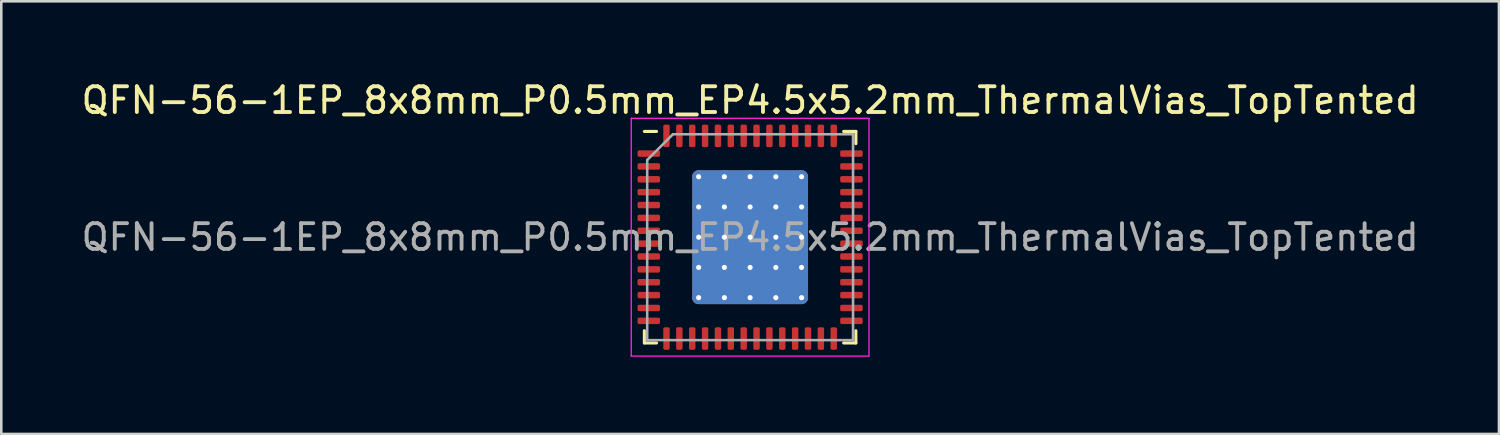
<source format=kicad_pcb>
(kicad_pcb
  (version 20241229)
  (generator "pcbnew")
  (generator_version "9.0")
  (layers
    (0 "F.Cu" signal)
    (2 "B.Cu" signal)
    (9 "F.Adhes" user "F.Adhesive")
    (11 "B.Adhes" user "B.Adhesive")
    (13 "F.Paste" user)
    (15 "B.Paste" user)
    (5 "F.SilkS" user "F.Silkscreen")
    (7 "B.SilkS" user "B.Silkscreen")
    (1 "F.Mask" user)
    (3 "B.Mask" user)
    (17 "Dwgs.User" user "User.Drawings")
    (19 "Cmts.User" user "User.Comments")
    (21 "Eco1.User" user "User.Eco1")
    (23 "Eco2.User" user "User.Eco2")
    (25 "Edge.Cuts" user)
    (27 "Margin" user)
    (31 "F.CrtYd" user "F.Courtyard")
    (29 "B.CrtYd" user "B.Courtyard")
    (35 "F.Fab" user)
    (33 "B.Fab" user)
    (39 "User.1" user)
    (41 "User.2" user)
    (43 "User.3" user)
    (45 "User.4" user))
  (footprint "QFN-56-1EP_8x8mm_P0.5mm_EP4.5x5.2mm_ThermalVias_TopTented"
    (layer "F.Cu")
    (at 26.101 6.168)
    (property "Reference" "QFN-56-1EP_8x8mm_P0.5mm_EP4.5x5.2mm_ThermalVias_TopTented" (at 0 -5.32 0) (layer "F.SilkS") (effects (font (size 1 1) (thickness 0.15))))
    (attr smd)
    (fp_line (start -4.11 4.11) (end -4.11 3.635) (stroke (width 0.12) (type solid)) (layer "F.SilkS"))
    (fp_line (start -3.635 -4.11) (end -4.11 -4.11) (stroke (width 0.12) (type solid)) (layer "F.SilkS"))
    (fp_line (start -3.635 4.11) (end -4.11 4.11) (stroke (width 0.12) (type solid)) (layer "F.SilkS"))
    (fp_line (start 3.635 -4.11) (end 4.11 -4.11) (stroke (width 0.12) (type solid)) (layer "F.SilkS"))
    (fp_line (start 3.635 4.11) (end 4.11 4.11) (stroke (width 0.12) (type solid)) (layer "F.SilkS"))
    (fp_line (start 4.11 -4.11) (end 4.11 -3.635) (stroke (width 0.12) (type solid)) (layer "F.SilkS"))
    (fp_line (start 4.11 4.11) (end 4.11 3.635) (stroke (width 0.12) (type solid)) (layer "F.SilkS"))
    (fp_line (start -4.62 -4.62) (end -4.62 4.62) (stroke (width 0.05) (type solid)) (layer "F.CrtYd"))
    (fp_line (start -4.62 4.62) (end 4.62 4.62) (stroke (width 0.05) (type solid)) (layer "F.CrtYd"))
    (fp_line (start 4.62 -4.62) (end -4.62 -4.62) (stroke (width 0.05) (type solid)) (layer "F.CrtYd"))
    (fp_line (start 4.62 4.62) (end 4.62 -4.62) (stroke (width 0.05) (type solid)) (layer "F.CrtYd"))
    (fp_line (start -4 -3) (end -3 -4) (stroke (width 0.1) (type solid)) (layer "F.Fab"))
    (fp_line (start -4 4) (end -4 -3) (stroke (width 0.1) (type solid)) (layer "F.Fab"))
    (fp_line (start -3 -4) (end 4 -4) (stroke (width 0.1) (type solid)) (layer "F.Fab"))
    (fp_line (start 4 -4) (end 4 4) (stroke (width 0.1) (type solid)) (layer "F.Fab"))
    (fp_line (start 4 4) (end -4 4) (stroke (width 0.1) (type solid)) (layer "F.Fab"))
    (fp_text user "${REFERENCE}" (at 0 0 0) (layer "F.Fab") (effects (font (size 1 1) (thickness 0.15))))
    (pad "" smd custom (at -1.5 -1.762) (size 0.776 0.776) (layers "F.Mask") (options (anchor circle)) (primitives (gr_poly (pts (xy 0.3 -0.502) (xy -0.3 -0.502) (xy -0.3 -0.838) (xy 0.3 -0.838)) (width 0) (fill yes)) (gr_poly (pts (xy 0.3 0.588) (xy -0.3 0.588) (xy -0.3 0.502) (xy 0.3 0.502)) (width 0) (fill yes)) (gr_poly (pts (xy 0.435 -0.367) (xy 0.435 0.367) (xy 0.3 0.502) (xy -0.3 0.502) (xy -0.435 0.367) (xy -0.435 -0.367) (xy -0.3 -0.502) (xy 0.3 -0.502)) (width 0) (fill yes)) (gr_poly (pts (xy -0.435 0.367) (xy -0.75 0.367) (xy -0.75 -0.367) (xy -0.435 -0.367)) (width 0) (fill yes)) (gr_poly (pts (xy 0.5 0.367) (xy 0.435 0.367) (xy 0.435 -0.367) (xy 0.5 -0.367)) (width 0) (fill yes))))
    (pad "" smd custom (at -1.5 -1.762) (size 0.776 0.776) (layers "F.Paste") (options (anchor circle)) (primitives (gr_poly (pts (xy 0.435 -0.357) (xy 0.435 0.357) (xy 0.29 0.502) (xy -0.29 0.502) (xy -0.435 0.357) (xy -0.435 -0.357) (xy -0.29 -0.502) (xy 0.29 -0.502)) (width 0) (fill yes))))
    (pad "" smd custom (at -1.5 -0.588) (size 0.776 0.776) (layers "F.Mask") (options (anchor circle)) (primitives (gr_poly (pts (xy -0.435 0.367) (xy -0.75 0.367) (xy -0.75 -0.367) (xy -0.435 -0.367)) (width 0) (fill yes)) (gr_poly (pts (xy 0.3 -0.502) (xy -0.3 -0.502) (xy -0.3 -0.588) (xy 0.3 -0.588)) (width 0) (fill yes)) (gr_poly (pts (xy 0.435 -0.367) (xy 0.435 0.367) (xy 0.3 0.502) (xy -0.3 0.502) (xy -0.435 0.367) (xy -0.435 -0.367) (xy -0.3 -0.502) (xy 0.3 -0.502)) (width 0) (fill yes)) (gr_poly (pts (xy 0.3 0.588) (xy -0.3 0.588) (xy -0.3 0.502) (xy 0.3 0.502)) (width 0) (fill yes)) (gr_poly (pts (xy 0.5 0.367) (xy 0.435 0.367) (xy 0.435 -0.367) (xy 0.5 -0.367)) (width 0) (fill yes))))
    (pad "" smd custom (at -1.5 -0.588) (size 0.776 0.776) (layers "F.Paste") (options (anchor circle)) (primitives (gr_poly (pts (xy 0.435 -0.357) (xy 0.435 0.357) (xy 0.29 0.502) (xy -0.29 0.502) (xy -0.435 0.357) (xy -0.435 -0.357) (xy -0.29 -0.502) (xy 0.29 -0.502)) (width 0) (fill yes))))
    (pad "" smd custom (at -1.5 0.588) (size 0.776 0.776) (layers "F.Mask") (options (anchor circle)) (primitives (gr_poly (pts (xy -0.435 0.367) (xy -0.75 0.367) (xy -0.75 -0.367) (xy -0.435 -0.367)) (width 0) (fill yes)) (gr_poly (pts (xy 0.3 -0.502) (xy -0.3 -0.502) (xy -0.3 -0.588) (xy 0.3 -0.588)) (width 0) (fill yes)) (gr_poly (pts (xy 0.435 -0.367) (xy 0.435 0.367) (xy 0.3 0.502) (xy -0.3 0.502) (xy -0.435 0.367) (xy -0.435 -0.367) (xy -0.3 -0.502) (xy 0.3 -0.502)) (width 0) (fill yes)) (gr_poly (pts (xy 0.3 0.588) (xy -0.3 0.588) (xy -0.3 0.502) (xy 0.3 0.502)) (width 0) (fill yes)) (gr_poly (pts (xy 0.5 0.367) (xy 0.435 0.367) (xy 0.435 -0.367) (xy 0.5 -0.367)) (width 0) (fill yes))))
    (pad "" smd custom (at -1.5 0.588) (size 0.776 0.776) (layers "F.Paste") (options (anchor circle)) (primitives (gr_poly (pts (xy 0.435 -0.357) (xy 0.435 0.357) (xy 0.29 0.502) (xy -0.29 0.502) (xy -0.435 0.357) (xy -0.435 -0.357) (xy -0.29 -0.502) (xy 0.29 -0.502)) (width 0) (fill yes))))
    (pad "" smd custom (at -1.5 1.762) (size 0.776 0.776) (layers "F.Mask") (options (anchor circle)) (primitives (gr_poly (pts (xy 0.3 0.838) (xy -0.3 0.838) (xy -0.3 0.502) (xy 0.3 0.502)) (width 0) (fill yes)) (gr_poly (pts (xy 0.5 0.367) (xy 0.435 0.367) (xy 0.435 -0.367) (xy 0.5 -0.367)) (width 0) (fill yes)) (gr_poly (pts (xy -0.435 0.367) (xy -0.75 0.367) (xy -0.75 -0.367) (xy -0.435 -0.367)) (width 0) (fill yes)) (gr_poly (pts (xy 0.435 -0.367) (xy 0.435 0.367) (xy 0.3 0.502) (xy -0.3 0.502) (xy -0.435 0.367) (xy -0.435 -0.367) (xy -0.3 -0.502) (xy 0.3 -0.502)) (width 0) (fill yes)) (gr_poly (pts (xy 0.3 -0.502) (xy -0.3 -0.502) (xy -0.3 -0.588) (xy 0.3 -0.588)) (width 0) (fill yes))))
    (pad "" smd custom (at -1.5 1.762) (size 0.776 0.776) (layers "F.Paste") (options (anchor circle)) (primitives (gr_poly (pts (xy 0.435 -0.357) (xy 0.435 0.357) (xy 0.29 0.502) (xy -0.29 0.502) (xy -0.435 0.357) (xy -0.435 -0.357) (xy -0.29 -0.502) (xy 0.29 -0.502)) (width 0) (fill yes))))
    (pad "" smd custom (at -0.5 -1.762) (size 0.776 0.776) (layers "F.Mask") (options (anchor circle)) (primitives (gr_poly (pts (xy 0.5 0.367) (xy 0.435 0.367) (xy 0.435 -0.367) (xy 0.5 -0.367)) (width 0) (fill yes)) (gr_poly (pts (xy 0.435 -0.367) (xy 0.435 0.367) (xy 0.3 0.502) (xy -0.3 0.502) (xy -0.435 0.367) (xy -0.435 -0.367) (xy -0.3 -0.502) (xy 0.3 -0.502)) (width 0) (fill yes)) (gr_poly (pts (xy -0.435 0.367) (xy -0.5 0.367) (xy -0.5 -0.367) (xy -0.435 -0.367)) (width 0) (fill yes)) (gr_poly (pts (xy 0.3 0.588) (xy -0.3 0.588) (xy -0.3 0.502) (xy 0.3 0.502)) (width 0) (fill yes)) (gr_poly (pts (xy 0.3 -0.502) (xy -0.3 -0.502) (xy -0.3 -0.838) (xy 0.3 -0.838)) (width 0) (fill yes))))
    (pad "" smd custom (at -0.5 -1.762) (size 0.776 0.776) (layers "F.Paste") (options (anchor circle)) (primitives (gr_poly (pts (xy 0.435 -0.357) (xy 0.435 0.357) (xy 0.29 0.502) (xy -0.29 0.502) (xy -0.435 0.357) (xy -0.435 -0.357) (xy -0.29 -0.502) (xy 0.29 -0.502)) (width 0) (fill yes))))
    (pad "" smd custom (at -0.5 -0.588) (size 0.776 0.776) (layers "F.Mask") (options (anchor circle)) (primitives (gr_poly (pts (xy 0.3 -0.502) (xy -0.3 -0.502) (xy -0.3 -0.588) (xy 0.3 -0.588)) (width 0) (fill yes)) (gr_poly (pts (xy 0.435 -0.367) (xy 0.435 0.367) (xy 0.3 0.502) (xy -0.3 0.502) (xy -0.435 0.367) (xy -0.435 -0.367) (xy -0.3 -0.502) (xy 0.3 -0.502)) (width 0) (fill yes)) (gr_poly (pts (xy 0.3 0.588) (xy -0.3 0.588) (xy -0.3 0.502) (xy 0.3 0.502)) (width 0) (fill yes)) (gr_poly (pts (xy -0.435 0.367) (xy -0.5 0.367) (xy -0.5 -0.367) (xy -0.435 -0.367)) (width 0) (fill yes)) (gr_poly (pts (xy 0.5 0.367) (xy 0.435 0.367) (xy 0.435 -0.367) (xy 0.5 -0.367)) (width 0) (fill yes))))
    (pad "" smd custom (at -0.5 -0.588) (size 0.776 0.776) (layers "F.Paste") (options (anchor circle)) (primitives (gr_poly (pts (xy 0.435 -0.357) (xy 0.435 0.357) (xy 0.29 0.502) (xy -0.29 0.502) (xy -0.435 0.357) (xy -0.435 -0.357) (xy -0.29 -0.502) (xy 0.29 -0.502)) (width 0) (fill yes))))
    (pad "" smd custom (at -0.5 0.588) (size 0.776 0.776) (layers "F.Mask") (options (anchor circle)) (primitives (gr_poly (pts (xy 0.3 -0.502) (xy -0.3 -0.502) (xy -0.3 -0.588) (xy 0.3 -0.588)) (width 0) (fill yes)) (gr_poly (pts (xy 0.435 -0.367) (xy 0.435 0.367) (xy 0.3 0.502) (xy -0.3 0.502) (xy -0.435 0.367) (xy -0.435 -0.367) (xy -0.3 -0.502) (xy 0.3 -0.502)) (width 0) (fill yes)) (gr_poly (pts (xy 0.3 0.588) (xy -0.3 0.588) (xy -0.3 0.502) (xy 0.3 0.502)) (width 0) (fill yes)) (gr_poly (pts (xy -0.435 0.367) (xy -0.5 0.367) (xy -0.5 -0.367) (xy -0.435 -0.367)) (width 0) (fill yes)) (gr_poly (pts (xy 0.5 0.367) (xy 0.435 0.367) (xy 0.435 -0.367) (xy 0.5 -0.367)) (width 0) (fill yes))))
    (pad "" smd custom (at -0.5 0.588) (size 0.776 0.776) (layers "F.Paste") (options (anchor circle)) (primitives (gr_poly (pts (xy 0.435 -0.357) (xy 0.435 0.357) (xy 0.29 0.502) (xy -0.29 0.502) (xy -0.435 0.357) (xy -0.435 -0.357) (xy -0.29 -0.502) (xy 0.29 -0.502)) (width 0) (fill yes))))
    (pad "" smd custom (at -0.5 1.762) (size 0.776 0.776) (layers "F.Mask") (options (anchor circle)) (primitives (gr_poly (pts (xy 0.3 -0.502) (xy -0.3 -0.502) (xy -0.3 -0.588) (xy 0.3 -0.588)) (width 0) (fill yes)) (gr_poly (pts (xy 0.3 0.838) (xy -0.3 0.838) (xy -0.3 0.502) (xy 0.3 0.502)) (width 0) (fill yes)) (gr_poly (pts (xy 0.435 -0.367) (xy 0.435 0.367) (xy 0.3 0.502) (xy -0.3 0.502) (xy -0.435 0.367) (xy -0.435 -0.367) (xy -0.3 -0.502) (xy 0.3 -0.502)) (width 0) (fill yes)) (gr_poly (pts (xy 0.5 0.367) (xy 0.435 0.367) (xy 0.435 -0.367) (xy 0.5 -0.367)) (width 0) (fill yes)) (gr_poly (pts (xy -0.435 0.367) (xy -0.5 0.367) (xy -0.5 -0.367) (xy -0.435 -0.367)) (width 0) (fill yes))))
    (pad "" smd custom (at -0.5 1.762) (size 0.776 0.776) (layers "F.Paste") (options (anchor circle)) (primitives (gr_poly (pts (xy 0.435 -0.357) (xy 0.435 0.357) (xy 0.29 0.502) (xy -0.29 0.502) (xy -0.435 0.357) (xy -0.435 -0.357) (xy -0.29 -0.502) (xy 0.29 -0.502)) (width 0) (fill yes))))
    (pad "" smd custom (at 0.5 -1.762) (size 0.776 0.776) (layers "F.Mask") (options (anchor circle)) (primitives (gr_poly (pts (xy 0.5 0.367) (xy 0.435 0.367) (xy 0.435 -0.367) (xy 0.5 -0.367)) (width 0) (fill yes)) (gr_poly (pts (xy 0.435 -0.367) (xy 0.435 0.367) (xy 0.3 0.502) (xy -0.3 0.502) (xy -0.435 0.367) (xy -0.435 -0.367) (xy -0.3 -0.502) (xy 0.3 -0.502)) (width 0) (fill yes)) (gr_poly (pts (xy -0.435 0.367) (xy -0.5 0.367) (xy -0.5 -0.367) (xy -0.435 -0.367)) (width 0) (fill yes)) (gr_poly (pts (xy 0.3 0.588) (xy -0.3 0.588) (xy -0.3 0.502) (xy 0.3 0.502)) (width 0) (fill yes)) (gr_poly (pts (xy 0.3 -0.502) (xy -0.3 -0.502) (xy -0.3 -0.838) (xy 0.3 -0.838)) (width 0) (fill yes))))
    (pad "" smd custom (at 0.5 -1.762) (size 0.776 0.776) (layers "F.Paste") (options (anchor circle)) (primitives (gr_poly (pts (xy 0.435 -0.357) (xy 0.435 0.357) (xy 0.29 0.502) (xy -0.29 0.502) (xy -0.435 0.357) (xy -0.435 -0.357) (xy -0.29 -0.502) (xy 0.29 -0.502)) (width 0) (fill yes))))
    (pad "" smd custom (at 0.5 -0.588) (size 0.776 0.776) (layers "F.Mask") (options (anchor circle)) (primitives (gr_poly (pts (xy 0.3 -0.502) (xy -0.3 -0.502) (xy -0.3 -0.588) (xy 0.3 -0.588)) (width 0) (fill yes)) (gr_poly (pts (xy 0.435 -0.367) (xy 0.435 0.367) (xy 0.3 0.502) (xy -0.3 0.502) (xy -0.435 0.367) (xy -0.435 -0.367) (xy -0.3 -0.502) (xy 0.3 -0.502)) (width 0) (fill yes)) (gr_poly (pts (xy 0.3 0.588) (xy -0.3 0.588) (xy -0.3 0.502) (xy 0.3 0.502)) (width 0) (fill yes)) (gr_poly (pts (xy -0.435 0.367) (xy -0.5 0.367) (xy -0.5 -0.367) (xy -0.435 -0.367)) (width 0) (fill yes)) (gr_poly (pts (xy 0.5 0.367) (xy 0.435 0.367) (xy 0.435 -0.367) (xy 0.5 -0.367)) (width 0) (fill yes))))
    (pad "" smd custom (at 0.5 -0.588) (size 0.776 0.776) (layers "F.Paste") (options (anchor circle)) (primitives (gr_poly (pts (xy 0.435 -0.357) (xy 0.435 0.357) (xy 0.29 0.502) (xy -0.29 0.502) (xy -0.435 0.357) (xy -0.435 -0.357) (xy -0.29 -0.502) (xy 0.29 -0.502)) (width 0) (fill yes))))
    (pad "" smd custom (at 0.5 0.588) (size 0.776 0.776) (layers "F.Mask") (options (anchor circle)) (primitives (gr_poly (pts (xy 0.3 -0.502) (xy -0.3 -0.502) (xy -0.3 -0.588) (xy 0.3 -0.588)) (width 0) (fill yes)) (gr_poly (pts (xy 0.435 -0.367) (xy 0.435 0.367) (xy 0.3 0.502) (xy -0.3 0.502) (xy -0.435 0.367) (xy -0.435 -0.367) (xy -0.3 -0.502) (xy 0.3 -0.502)) (width 0) (fill yes)) (gr_poly (pts (xy 0.3 0.588) (xy -0.3 0.588) (xy -0.3 0.502) (xy 0.3 0.502)) (width 0) (fill yes)) (gr_poly (pts (xy -0.435 0.367) (xy -0.5 0.367) (xy -0.5 -0.367) (xy -0.435 -0.367)) (width 0) (fill yes)) (gr_poly (pts (xy 0.5 0.367) (xy 0.435 0.367) (xy 0.435 -0.367) (xy 0.5 -0.367)) (width 0) (fill yes))))
    (pad "" smd custom (at 0.5 0.588) (size 0.776 0.776) (layers "F.Paste") (options (anchor circle)) (primitives (gr_poly (pts (xy 0.435 -0.357) (xy 0.435 0.357) (xy 0.29 0.502) (xy -0.29 0.502) (xy -0.435 0.357) (xy -0.435 -0.357) (xy -0.29 -0.502) (xy 0.29 -0.502)) (width 0) (fill yes))))
    (pad "" smd custom (at 0.5 1.762) (size 0.776 0.776) (layers "F.Mask") (options (anchor circle)) (primitives (gr_poly (pts (xy 0.3 -0.502) (xy -0.3 -0.502) (xy -0.3 -0.588) (xy 0.3 -0.588)) (width 0) (fill yes)) (gr_poly (pts (xy 0.3 0.838) (xy -0.3 0.838) (xy -0.3 0.502) (xy 0.3 0.502)) (width 0) (fill yes)) (gr_poly (pts (xy 0.435 -0.367) (xy 0.435 0.367) (xy 0.3 0.502) (xy -0.3 0.502) (xy -0.435 0.367) (xy -0.435 -0.367) (xy -0.3 -0.502) (xy 0.3 -0.502)) (width 0) (fill yes)) (gr_poly (pts (xy 0.5 0.367) (xy 0.435 0.367) (xy 0.435 -0.367) (xy 0.5 -0.367)) (width 0) (fill yes)) (gr_poly (pts (xy -0.435 0.367) (xy -0.5 0.367) (xy -0.5 -0.367) (xy -0.435 -0.367)) (width 0) (fill yes))))
    (pad "" smd custom (at 0.5 1.762) (size 0.776 0.776) (layers "F.Paste") (options (anchor circle)) (primitives (gr_poly (pts (xy 0.435 -0.357) (xy 0.435 0.357) (xy 0.29 0.502) (xy -0.29 0.502) (xy -0.435 0.357) (xy -0.435 -0.357) (xy -0.29 -0.502) (xy 0.29 -0.502)) (width 0) (fill yes))))
    (pad "" smd custom (at 1.5 -1.762) (size 0.776 0.776) (layers "F.Mask") (options (anchor circle)) (primitives (gr_poly (pts (xy -0.435 0.367) (xy -0.5 0.367) (xy -0.5 -0.367) (xy -0.435 -0.367)) (width 0) (fill yes)) (gr_poly (pts (xy 0.75 0.367) (xy 0.435 0.367) (xy 0.435 -0.367) (xy 0.75 -0.367)) (width 0) (fill yes)) (gr_poly (pts (xy 0.435 -0.367) (xy 0.435 0.367) (xy 0.3 0.502) (xy -0.3 0.502) (xy -0.435 0.367) (xy -0.435 -0.367) (xy -0.3 -0.502) (xy 0.3 -0.502)) (width 0) (fill yes)) (gr_poly (pts (xy 0.3 0.588) (xy -0.3 0.588) (xy -0.3 0.502) (xy 0.3 0.502)) (width 0) (fill yes)) (gr_poly (pts (xy 0.3 -0.502) (xy -0.3 -0.502) (xy -0.3 -0.838) (xy 0.3 -0.838)) (width 0) (fill yes))))
    (pad "" smd custom (at 1.5 -1.762) (size 0.776 0.776) (layers "F.Paste") (options (anchor circle)) (primitives (gr_poly (pts (xy 0.435 -0.357) (xy 0.435 0.357) (xy 0.29 0.502) (xy -0.29 0.502) (xy -0.435 0.357) (xy -0.435 -0.357) (xy -0.29 -0.502) (xy 0.29 -0.502)) (width 0) (fill yes))))
    (pad "" smd custom (at 1.5 -0.588) (size 0.776 0.776) (layers "F.Mask") (options (anchor circle)) (primitives (gr_poly (pts (xy 0.75 0.367) (xy 0.435 0.367) (xy 0.435 -0.367) (xy 0.75 -0.367)) (width 0) (fill yes)) (gr_poly (pts (xy -0.435 0.367) (xy -0.5 0.367) (xy -0.5 -0.367) (xy -0.435 -0.367)) (width 0) (fill yes)) (gr_poly (pts (xy 0.435 -0.367) (xy 0.435 0.367) (xy 0.3 0.502) (xy -0.3 0.502) (xy -0.435 0.367) (xy -0.435 -0.367) (xy -0.3 -0.502) (xy 0.3 -0.502)) (width 0) (fill yes)) (gr_poly (pts (xy 0.3 0.588) (xy -0.3 0.588) (xy -0.3 0.502) (xy 0.3 0.502)) (width 0) (fill yes)) (gr_poly (pts (xy 0.3 -0.502) (xy -0.3 -0.502) (xy -0.3 -0.588) (xy 0.3 -0.588)) (width 0) (fill yes))))
    (pad "" smd custom (at 1.5 -0.588) (size 0.776 0.776) (layers "F.Paste") (options (anchor circle)) (primitives (gr_poly (pts (xy 0.435 -0.357) (xy 0.435 0.357) (xy 0.29 0.502) (xy -0.29 0.502) (xy -0.435 0.357) (xy -0.435 -0.357) (xy -0.29 -0.502) (xy 0.29 -0.502)) (width 0) (fill yes))))
    (pad "" smd custom (at 1.5 0.588) (size 0.776 0.776) (layers "F.Mask") (options (anchor circle)) (primitives (gr_poly (pts (xy 0.75 0.367) (xy 0.435 0.367) (xy 0.435 -0.367) (xy 0.75 -0.367)) (width 0) (fill yes)) (gr_poly (pts (xy -0.435 0.367) (xy -0.5 0.367) (xy -0.5 -0.367) (xy -0.435 -0.367)) (width 0) (fill yes)) (gr_poly (pts (xy 0.435 -0.367) (xy 0.435 0.367) (xy 0.3 0.502) (xy -0.3 0.502) (xy -0.435 0.367) (xy -0.435 -0.367) (xy -0.3 -0.502) (xy 0.3 -0.502)) (width 0) (fill yes)) (gr_poly (pts (xy 0.3 0.588) (xy -0.3 0.588) (xy -0.3 0.502) (xy 0.3 0.502)) (width 0) (fill yes)) (gr_poly (pts (xy 0.3 -0.502) (xy -0.3 -0.502) (xy -0.3 -0.588) (xy 0.3 -0.588)) (width 0) (fill yes))))
    (pad "" smd custom (at 1.5 0.588) (size 0.776 0.776) (layers "F.Paste") (options (anchor circle)) (primitives (gr_poly (pts (xy 0.435 -0.357) (xy 0.435 0.357) (xy 0.29 0.502) (xy -0.29 0.502) (xy -0.435 0.357) (xy -0.435 -0.357) (xy -0.29 -0.502) (xy 0.29 -0.502)) (width 0) (fill yes))))
    (pad "" smd custom (at 1.5 1.762) (size 0.776 0.776) (layers "F.Mask") (options (anchor circle)) (primitives (gr_poly (pts (xy 0.3 -0.502) (xy -0.3 -0.502) (xy -0.3 -0.588) (xy 0.3 -0.588)) (width 0) (fill yes)) (gr_poly (pts (xy 0.75 0.367) (xy 0.435 0.367) (xy 0.435 -0.367) (xy 0.75 -0.367)) (width 0) (fill yes)) (gr_poly (pts (xy 0.435 -0.367) (xy 0.435 0.367) (xy 0.3 0.502) (xy -0.3 0.502) (xy -0.435 0.367) (xy -0.435 -0.367) (xy -0.3 -0.502) (xy 0.3 -0.502)) (width 0) (fill yes)) (gr_poly (pts (xy 0.3 0.838) (xy -0.3 0.838) (xy -0.3 0.502) (xy 0.3 0.502)) (width 0) (fill yes)) (gr_poly (pts (xy -0.435 0.367) (xy -0.5 0.367) (xy -0.5 -0.367) (xy -0.435 -0.367)) (width 0) (fill yes))))
    (pad "" smd custom (at 1.5 1.762) (size 0.776 0.776) (layers "F.Paste") (options (anchor circle)) (primitives (gr_poly (pts (xy 0.435 -0.357) (xy 0.435 0.357) (xy 0.29 0.502) (xy -0.29 0.502) (xy -0.435 0.357) (xy -0.435 -0.357) (xy -0.29 -0.502) (xy 0.29 -0.502)) (width 0) (fill yes))))
    (pad "1" smd roundrect (at -3.938 -3.25) (size 0.875 0.25) (layers "F.Cu" "F.Mask" "F.Paste") (roundrect_rratio 0.25))
    (pad "2" smd roundrect (at -3.938 -2.75) (size 0.875 0.25) (layers "F.Cu" "F.Mask" "F.Paste") (roundrect_rratio 0.25))
    (pad "3" smd roundrect (at -3.938 -2.25) (size 0.875 0.25) (layers "F.Cu" "F.Mask" "F.Paste") (roundrect_rratio 0.25))
    (pad "4" smd roundrect (at -3.938 -1.75) (size 0.875 0.25) (layers "F.Cu" "F.Mask" "F.Paste") (roundrect_rratio 0.25))
    (pad "5" smd roundrect (at -3.938 -1.25) (size 0.875 0.25) (layers "F.Cu" "F.Mask" "F.Paste") (roundrect_rratio 0.25))
    (pad "6" smd roundrect (at -3.938 -0.75) (size 0.875 0.25) (layers "F.Cu" "F.Mask" "F.Paste") (roundrect_rratio 0.25))
    (pad "7" smd roundrect (at -3.938 -0.25) (size 0.875 0.25) (layers "F.Cu" "F.Mask" "F.Paste") (roundrect_rratio 0.25))
    (pad "8" smd roundrect (at -3.938 0.25) (size 0.875 0.25) (layers "F.Cu" "F.Mask" "F.Paste") (roundrect_rratio 0.25))
    (pad "9" smd roundrect (at -3.938 0.75) (size 0.875 0.25) (layers "F.Cu" "F.Mask" "F.Paste") (roundrect_rratio 0.25))
    (pad "10" smd roundrect (at -3.938 1.25) (size 0.875 0.25) (layers "F.Cu" "F.Mask" "F.Paste") (roundrect_rratio 0.25))
    (pad "11" smd roundrect (at -3.938 1.75) (size 0.875 0.25) (layers "F.Cu" "F.Mask" "F.Paste") (roundrect_rratio 0.25))
    (pad "12" smd roundrect (at -3.938 2.25) (size 0.875 0.25) (layers "F.Cu" "F.Mask" "F.Paste") (roundrect_rratio 0.25))
    (pad "13" smd roundrect (at -3.938 2.75) (size 0.875 0.25) (layers "F.Cu" "F.Mask" "F.Paste") (roundrect_rratio 0.25))
    (pad "14" smd roundrect (at -3.938 3.25) (size 0.875 0.25) (layers "F.Cu" "F.Mask" "F.Paste") (roundrect_rratio 0.25))
    (pad "15" smd roundrect (at -3.25 3.938) (size 0.25 0.875) (layers "F.Cu" "F.Mask" "F.Paste") (roundrect_rratio 0.25))
    (pad "16" smd roundrect (at -2.75 3.938) (size 0.25 0.875) (layers "F.Cu" "F.Mask" "F.Paste") (roundrect_rratio 0.25))
    (pad "17" smd roundrect (at -2.25 3.938) (size 0.25 0.875) (layers "F.Cu" "F.Mask" "F.Paste") (roundrect_rratio 0.25))
    (pad "18" smd roundrect (at -1.75 3.938) (size 0.25 0.875) (layers "F.Cu" "F.Mask" "F.Paste") (roundrect_rratio 0.25))
    (pad "19" smd roundrect (at -1.25 3.938) (size 0.25 0.875) (layers "F.Cu" "F.Mask" "F.Paste") (roundrect_rratio 0.25))
    (pad "20" smd roundrect (at -0.75 3.938) (size 0.25 0.875) (layers "F.Cu" "F.Mask" "F.Paste") (roundrect_rratio 0.25))
    (pad "21" smd roundrect (at -0.25 3.938) (size 0.25 0.875) (layers "F.Cu" "F.Mask" "F.Paste") (roundrect_rratio 0.25))
    (pad "22" smd roundrect (at 0.25 3.938) (size 0.25 0.875) (layers "F.Cu" "F.Mask" "F.Paste") (roundrect_rratio 0.25))
    (pad "23" smd roundrect (at 0.75 3.938) (size 0.25 0.875) (layers "F.Cu" "F.Mask" "F.Paste") (roundrect_rratio 0.25))
    (pad "24" smd roundrect (at 1.25 3.938) (size 0.25 0.875) (layers "F.Cu" "F.Mask" "F.Paste") (roundrect_rratio 0.25))
    (pad "25" smd roundrect (at 1.75 3.938) (size 0.25 0.875) (layers "F.Cu" "F.Mask" "F.Paste") (roundrect_rratio 0.25))
    (pad "26" smd roundrect (at 2.25 3.938) (size 0.25 0.875) (layers "F.Cu" "F.Mask" "F.Paste") (roundrect_rratio 0.25))
    (pad "27" smd roundrect (at 2.75 3.938) (size 0.25 0.875) (layers "F.Cu" "F.Mask" "F.Paste") (roundrect_rratio 0.25))
    (pad "28" smd roundrect (at 3.25 3.938) (size 0.25 0.875) (layers "F.Cu" "F.Mask" "F.Paste") (roundrect_rratio 0.25))
    (pad "29" smd roundrect (at 3.938 3.25) (size 0.875 0.25) (layers "F.Cu" "F.Mask" "F.Paste") (roundrect_rratio 0.25))
    (pad "30" smd roundrect (at 3.938 2.75) (size 0.875 0.25) (layers "F.Cu" "F.Mask" "F.Paste") (roundrect_rratio 0.25))
    (pad "31" smd roundrect (at 3.938 2.25) (size 0.875 0.25) (layers "F.Cu" "F.Mask" "F.Paste") (roundrect_rratio 0.25))
    (pad "32" smd roundrect (at 3.938 1.75) (size 0.875 0.25) (layers "F.Cu" "F.Mask" "F.Paste") (roundrect_rratio 0.25))
    (pad "33" smd roundrect (at 3.938 1.25) (size 0.875 0.25) (layers "F.Cu" "F.Mask" "F.Paste") (roundrect_rratio 0.25))
    (pad "34" smd roundrect (at 3.938 0.75) (size 0.875 0.25) (layers "F.Cu" "F.Mask" "F.Paste") (roundrect_rratio 0.25))
    (pad "35" smd roundrect (at 3.938 0.25) (size 0.875 0.25) (layers "F.Cu" "F.Mask" "F.Paste") (roundrect_rratio 0.25))
    (pad "36" smd roundrect (at 3.938 -0.25) (size 0.875 0.25) (layers "F.Cu" "F.Mask" "F.Paste") (roundrect_rratio 0.25))
    (pad "37" smd roundrect (at 3.938 -0.75) (size 0.875 0.25) (layers "F.Cu" "F.Mask" "F.Paste") (roundrect_rratio 0.25))
    (pad "38" smd roundrect (at 3.938 -1.25) (size 0.875 0.25) (layers "F.Cu" "F.Mask" "F.Paste") (roundrect_rratio 0.25))
    (pad "39" smd roundrect (at 3.938 -1.75) (size 0.875 0.25) (layers "F.Cu" "F.Mask" "F.Paste") (roundrect_rratio 0.25))
    (pad "40" smd roundrect (at 3.938 -2.25) (size 0.875 0.25) (layers "F.Cu" "F.Mask" "F.Paste") (roundrect_rratio 0.25))
    (pad "41" smd roundrect (at 3.938 -2.75) (size 0.875 0.25) (layers "F.Cu" "F.Mask" "F.Paste") (roundrect_rratio 0.25))
    (pad "42" smd roundrect (at 3.938 -3.25) (size 0.875 0.25) (layers "F.Cu" "F.Mask" "F.Paste") (roundrect_rratio 0.25))
    (pad "43" smd roundrect (at 3.25 -3.938) (size 0.25 0.875) (layers "F.Cu" "F.Mask" "F.Paste") (roundrect_rratio 0.25))
    (pad "44" smd roundrect (at 2.75 -3.938) (size 0.25 0.875) (layers "F.Cu" "F.Mask" "F.Paste") (roundrect_rratio 0.25))
    (pad "45" smd roundrect (at 2.25 -3.938) (size 0.25 0.875) (layers "F.Cu" "F.Mask" "F.Paste") (roundrect_rratio 0.25))
    (pad "46" smd roundrect (at 1.75 -3.938) (size 0.25 0.875) (layers "F.Cu" "F.Mask" "F.Paste") (roundrect_rratio 0.25))
    (pad "47" smd roundrect (at 1.25 -3.938) (size 0.25 0.875) (layers "F.Cu" "F.Mask" "F.Paste") (roundrect_rratio 0.25))
    (pad "48" smd roundrect (at 0.75 -3.938) (size 0.25 0.875) (layers "F.Cu" "F.Mask" "F.Paste") (roundrect_rratio 0.25))
    (pad "49" smd roundrect (at 0.25 -3.938) (size 0.25 0.875) (layers "F.Cu" "F.Mask" "F.Paste") (roundrect_rratio 0.25))
    (pad "50" smd roundrect (at -0.25 -3.938) (size 0.25 0.875) (layers "F.Cu" "F.Mask" "F.Paste") (roundrect_rratio 0.25))
    (pad "51" smd roundrect (at -0.75 -3.938) (size 0.25 0.875) (layers "F.Cu" "F.Mask" "F.Paste") (roundrect_rratio 0.25))
    (pad "52" smd roundrect (at -1.25 -3.938) (size 0.25 0.875) (layers "F.Cu" "F.Mask" "F.Paste") (roundrect_rratio 0.25))
    (pad "53" smd roundrect (at -1.75 -3.938) (size 0.25 0.875) (layers "F.Cu" "F.Mask" "F.Paste") (roundrect_rratio 0.25))
    (pad "54" smd roundrect (at -2.25 -3.938) (size 0.25 0.875) (layers "F.Cu" "F.Mask" "F.Paste") (roundrect_rratio 0.25))
    (pad "55" smd roundrect (at -2.75 -3.938) (size 0.25 0.875) (layers "F.Cu" "F.Mask" "F.Paste") (roundrect_rratio 0.25))
    (pad "56" smd roundrect (at -3.25 -3.938) (size 0.25 0.875) (layers "F.Cu" "F.Mask" "F.Paste") (roundrect_rratio 0.25))
    (pad "57" thru_hole circle (at -2 -2.35) (size 0.5 0.5) (drill 0.2) (layers "*.Cu"))
    (pad "57" thru_hole circle (at -2 -1.175) (size 0.5 0.5) (drill 0.2) (layers "*.Cu"))
    (pad "57" thru_hole circle (at -2 0) (size 0.5 0.5) (drill 0.2) (layers "*.Cu"))
    (pad "57" thru_hole circle (at -2 1.175) (size 0.5 0.5) (drill 0.2) (layers "*.Cu"))
    (pad "57" thru_hole circle (at -2 2.35) (size 0.5 0.5) (drill 0.2) (layers "*.Cu"))
    (pad "57" thru_hole circle (at -1 -2.35) (size 0.5 0.5) (drill 0.2) (layers "*.Cu"))
    (pad "57" thru_hole circle (at -1 -1.175) (size 0.5 0.5) (drill 0.2) (layers "*.Cu"))
    (pad "57" thru_hole circle (at -1 0) (size 0.5 0.5) (drill 0.2) (layers "*.Cu"))
    (pad "57" thru_hole circle (at -1 1.175) (size 0.5 0.5) (drill 0.2) (layers "*.Cu"))
    (pad "57" thru_hole circle (at -1 2.35) (size 0.5 0.5) (drill 0.2) (layers "*.Cu"))
    (pad "57" thru_hole circle (at 0 -2.35) (size 0.5 0.5) (drill 0.2) (layers "*.Cu"))
    (pad "57" thru_hole circle (at 0 -1.175) (size 0.5 0.5) (drill 0.2) (layers "*.Cu"))
    (pad "57" thru_hole circle (at 0 0) (size 0.5 0.5) (drill 0.2) (layers "*.Cu"))
    (pad "57" smd roundrect (at 0 0) (size 4.5 5.2) (layers "F.Cu") (roundrect_rratio 0.056))
    (pad "57" smd roundrect (at 0 0) (size 4.5 5.2) (layers "B.Cu") (roundrect_rratio 0.056))
    (pad "57" thru_hole circle (at 0 1.175) (size 0.5 0.5) (drill 0.2) (layers "*.Cu"))
    (pad "57" thru_hole circle (at 0 2.35) (size 0.5 0.5) (drill 0.2) (layers "*.Cu"))
    (pad "57" thru_hole circle (at 1 -2.35) (size 0.5 0.5) (drill 0.2) (layers "*.Cu"))
    (pad "57" thru_hole circle (at 1 -1.175) (size 0.5 0.5) (drill 0.2) (layers "*.Cu"))
    (pad "57" thru_hole circle (at 1 0) (size 0.5 0.5) (drill 0.2) (layers "*.Cu"))
    (pad "57" thru_hole circle (at 1 1.175) (size 0.5 0.5) (drill 0.2) (layers "*.Cu"))
    (pad "57" thru_hole circle (at 1 2.35) (size 0.5 0.5) (drill 0.2) (layers "*.Cu"))
    (pad "57" thru_hole circle (at 2 -2.35) (size 0.5 0.5) (drill 0.2) (layers "*.Cu"))
    (pad "57" thru_hole circle (at 2 -1.175) (size 0.5 0.5) (drill 0.2) (layers "*.Cu"))
    (pad "57" thru_hole circle (at 2 0) (size 0.5 0.5) (drill 0.2) (layers "*.Cu"))
    (pad "57" thru_hole circle (at 2 1.175) (size 0.5 0.5) (drill 0.2) (layers "*.Cu"))
    (pad "57" thru_hole circle (at 2 2.35) (size 0.5 0.5) (drill 0.2) (layers "*.Cu")))
  (gr_rect
    (start -3 -3)
    (end 55.202 13.813)
    (stroke (width 0.1) (type default))
    (fill no)
    (layer "Edge.Cuts")))
</source>
